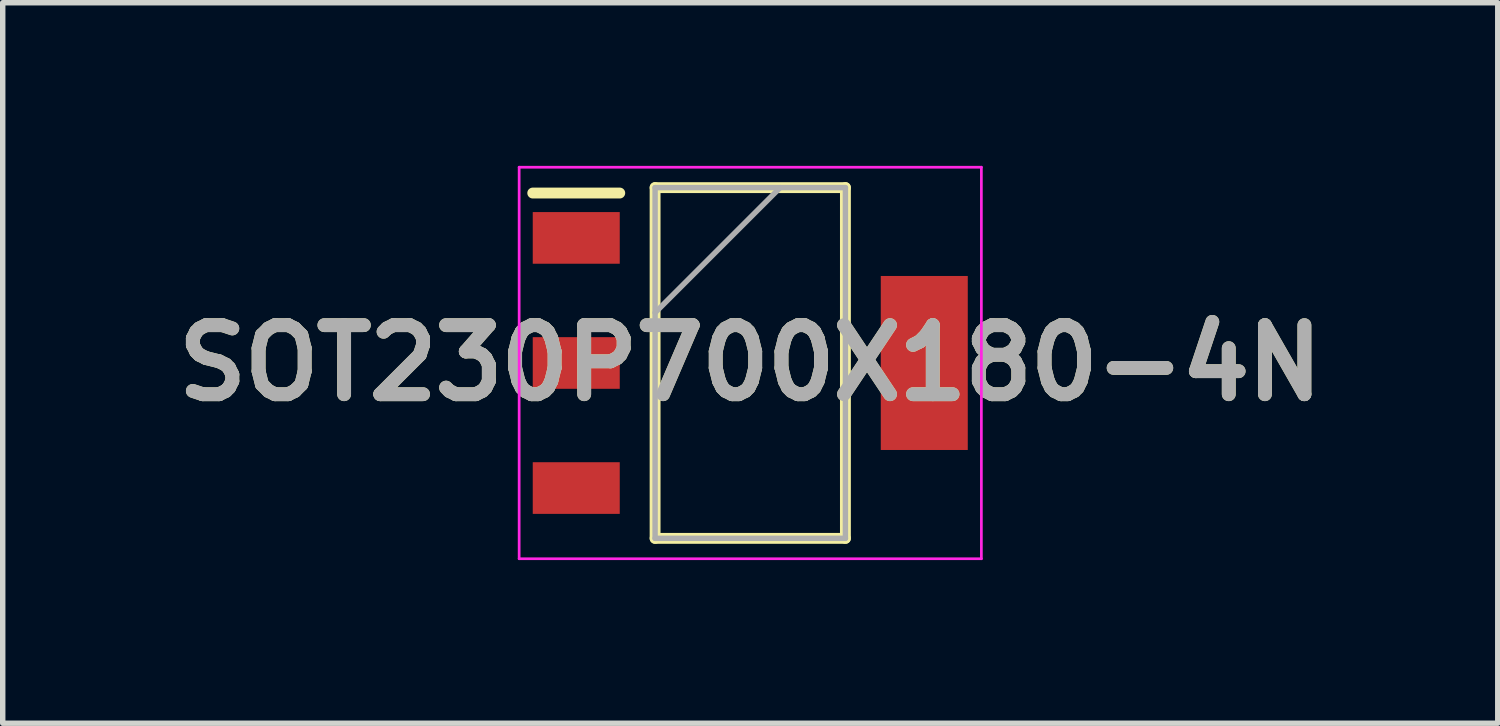
<source format=kicad_pcb>
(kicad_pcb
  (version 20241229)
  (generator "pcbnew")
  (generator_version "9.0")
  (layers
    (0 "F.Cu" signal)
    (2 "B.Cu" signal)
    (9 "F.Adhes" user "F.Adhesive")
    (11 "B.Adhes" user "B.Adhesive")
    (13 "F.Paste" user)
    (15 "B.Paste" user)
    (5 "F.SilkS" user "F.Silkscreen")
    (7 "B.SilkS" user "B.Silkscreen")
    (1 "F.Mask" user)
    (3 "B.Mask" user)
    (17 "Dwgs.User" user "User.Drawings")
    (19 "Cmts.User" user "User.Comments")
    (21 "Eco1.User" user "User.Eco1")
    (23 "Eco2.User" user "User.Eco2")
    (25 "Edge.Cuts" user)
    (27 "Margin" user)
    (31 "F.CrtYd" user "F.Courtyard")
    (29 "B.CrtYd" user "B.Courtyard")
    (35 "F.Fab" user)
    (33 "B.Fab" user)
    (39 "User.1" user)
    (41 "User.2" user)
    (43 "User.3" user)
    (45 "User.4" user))
  (footprint "SOT230P700X180-4N"
    (layer "F.Cu")
    (at 10.747 3.625)
    (property "Reference" "SOT230P700X180-4N" (at 0 0 0) (layer "F.SilkS") (effects (font (size 1.27 1.27) (thickness 0.254))))
    (attr smd)
    (fp_line (start -4 -3.125) (end -2.4 -3.125) (stroke (width 0.2) (type solid)) (layer "F.SilkS"))
    (fp_line (start -1.75 -3.225) (end 1.75 -3.225) (stroke (width 0.2) (type solid)) (layer "F.SilkS"))
    (fp_line (start -1.75 3.225) (end -1.75 -3.225) (stroke (width 0.2) (type solid)) (layer "F.SilkS"))
    (fp_line (start 1.75 -3.225) (end 1.75 3.225) (stroke (width 0.2) (type solid)) (layer "F.SilkS"))
    (fp_line (start 1.75 3.225) (end -1.75 3.225) (stroke (width 0.2) (type solid)) (layer "F.SilkS"))
    (fp_line (start -4.25 -3.6) (end 4.25 -3.6) (stroke (width 0.05) (type solid)) (layer "F.CrtYd"))
    (fp_line (start -4.25 3.6) (end -4.25 -3.6) (stroke (width 0.05) (type solid)) (layer "F.CrtYd"))
    (fp_line (start 4.25 -3.6) (end 4.25 3.6) (stroke (width 0.05) (type solid)) (layer "F.CrtYd"))
    (fp_line (start 4.25 3.6) (end -4.25 3.6) (stroke (width 0.05) (type solid)) (layer "F.CrtYd"))
    (fp_line (start -1.75 -3.225) (end 1.75 -3.225) (stroke (width 0.1) (type solid)) (layer "F.Fab"))
    (fp_line (start -1.75 -0.925) (end 0.55 -3.225) (stroke (width 0.1) (type solid)) (layer "F.Fab"))
    (fp_line (start -1.75 3.225) (end -1.75 -3.225) (stroke (width 0.1) (type solid)) (layer "F.Fab"))
    (fp_line (start 1.75 -3.225) (end 1.75 3.225) (stroke (width 0.1) (type solid)) (layer "F.Fab"))
    (fp_line (start 1.75 3.225) (end -1.75 3.225) (stroke (width 0.1) (type solid)) (layer "F.Fab"))
    (fp_text user "${REFERENCE}" (at 0 0 0) (layer "F.Fab") (effects (font (size 1.27 1.27) (thickness 0.254))))
    (pad "1" smd rect (at -3.2 -2.3 90) (size 0.95 1.6) (layers "F.Cu" "F.Mask" "F.Paste"))
    (pad "2" smd rect (at -3.2 0 90) (size 0.95 1.6) (layers "F.Cu" "F.Mask" "F.Paste"))
    (pad "3" smd rect (at -3.2 2.3 90) (size 0.95 1.6) (layers "F.Cu" "F.Mask" "F.Paste"))
    (pad "4" smd rect (at 3.2 0) (size 1.6 3.2) (layers "F.Cu" "F.Mask" "F.Paste")))
  (gr_rect
    (start -3 -3)
    (end 24.493 10.25)
    (stroke (width 0.1) (type default))
    (fill no)
    (layer "Edge.Cuts")))
</source>
